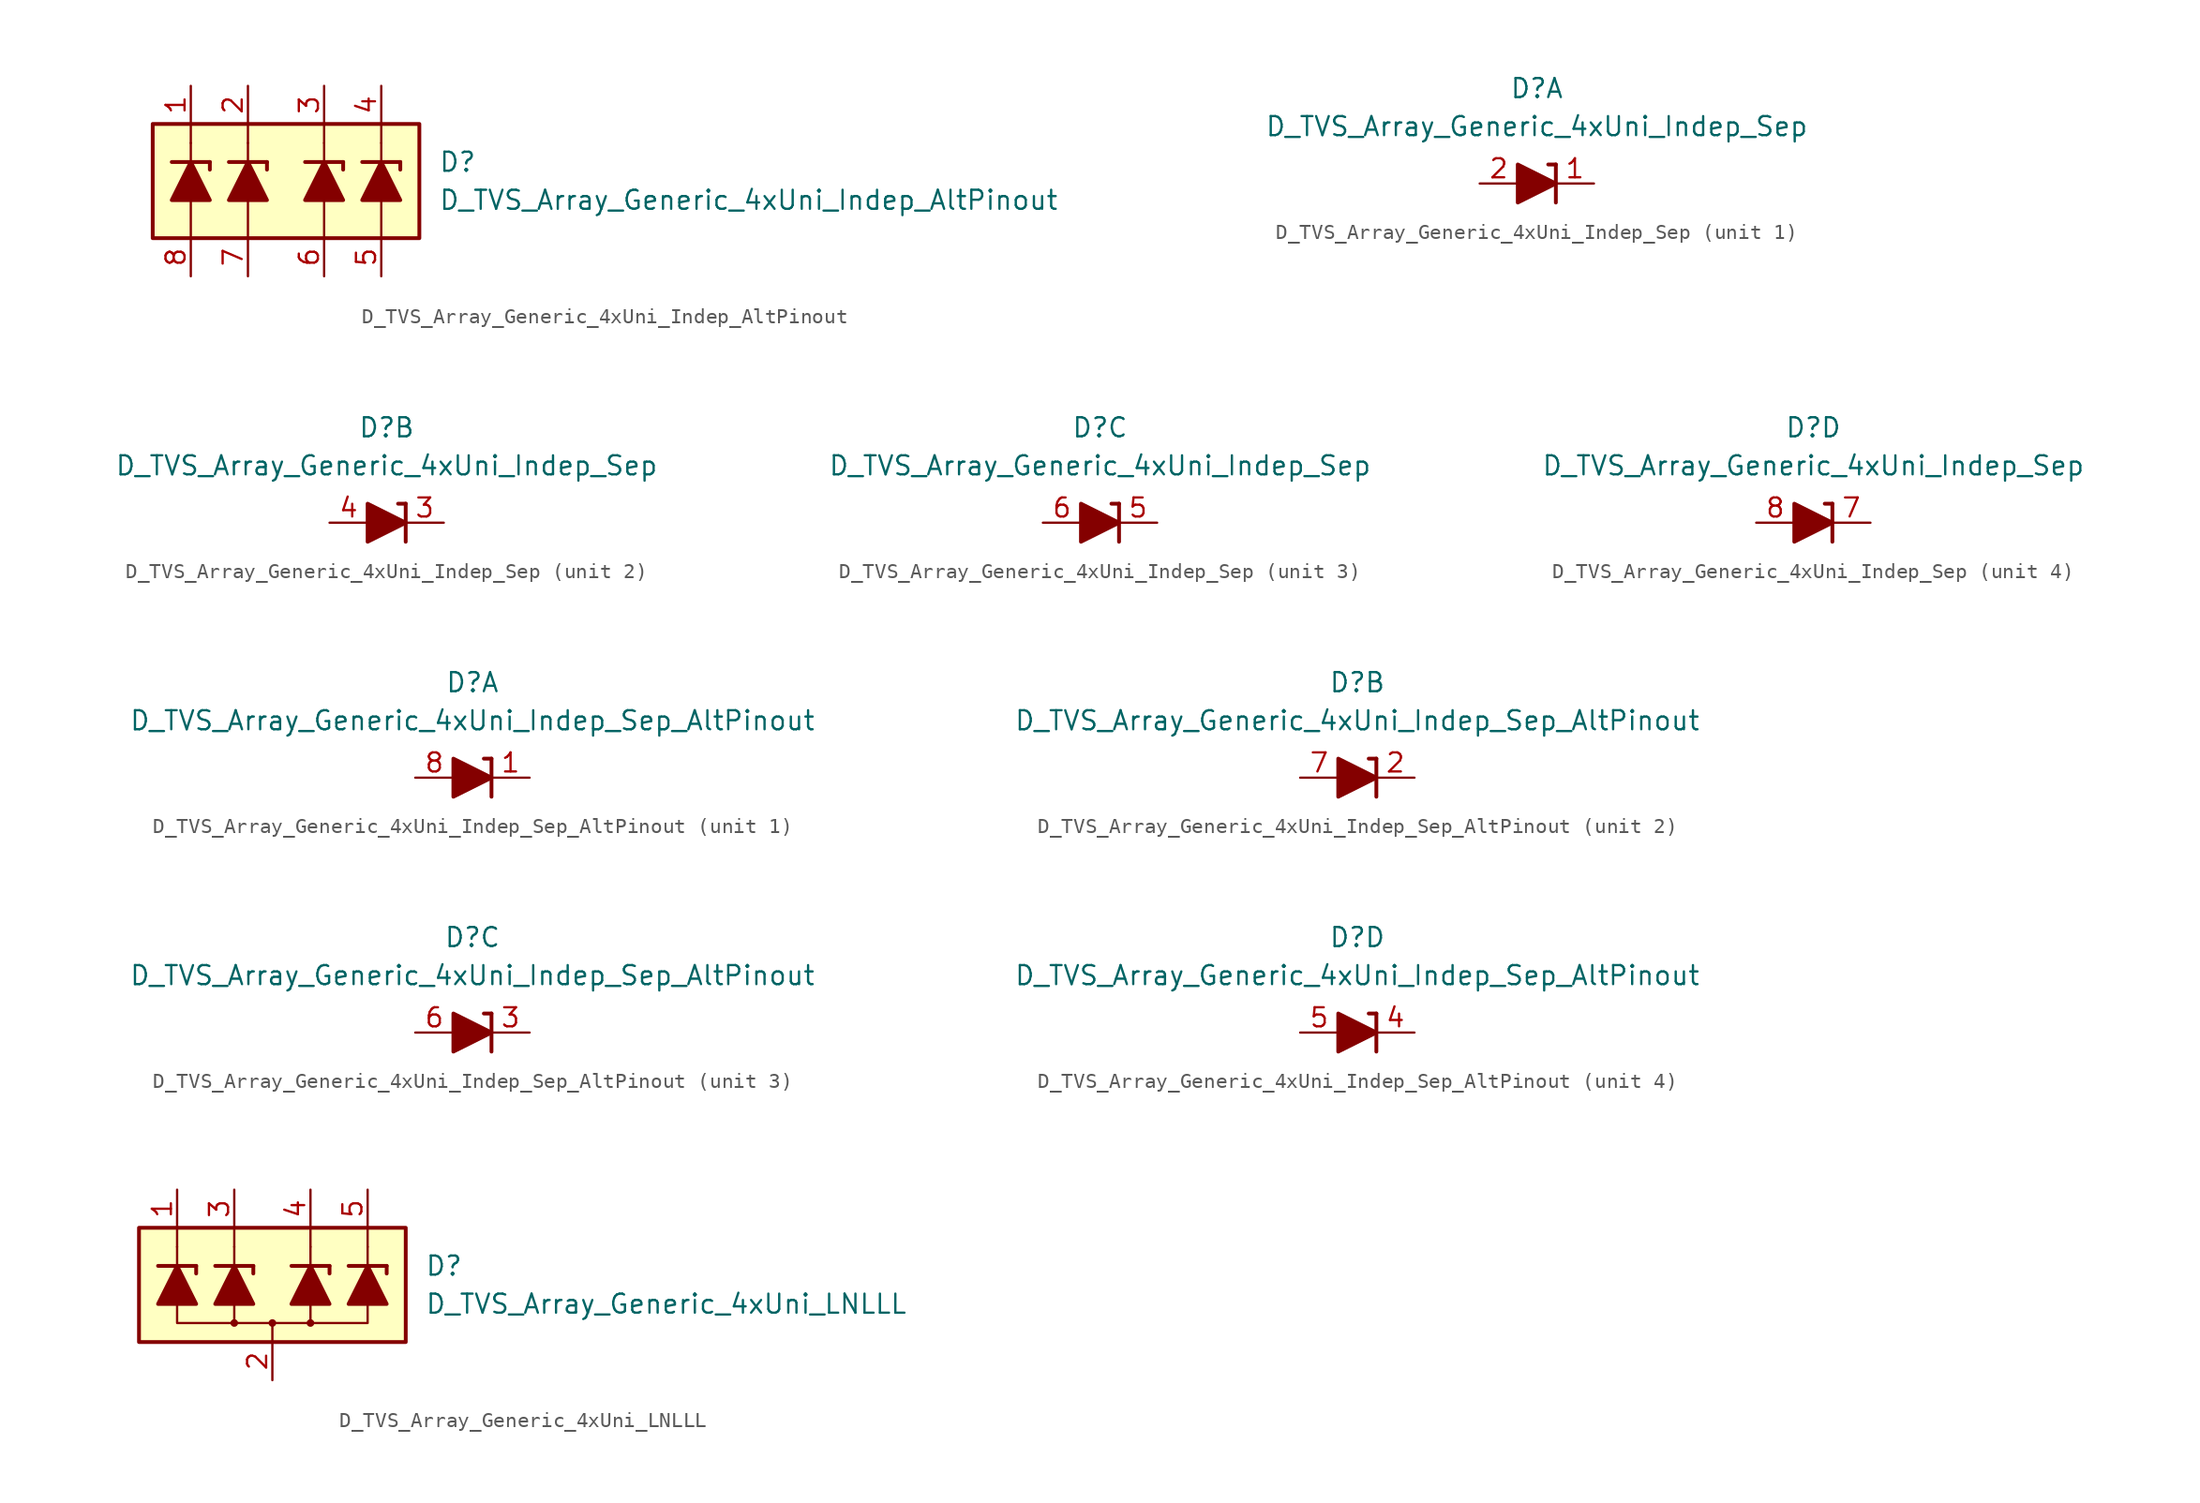
<source format=kicad_sym>
(kicad_symbol_lib
  (version 20211014)
  (generator kicad_symbol_editor)
  (symbol "D_TVS_Array_Generic_4xUni_Indep_AltPinout"
    (pin_names
      (offset 1.016) hide)
    (property "Reference" "D"
      (at 10.16 1.27 0)
      (effects (font (size 1.27 1.27)) (justify left)))
    (property "Value" "D_TVS_Array_Generic_4xUni_Indep_AltPinout"
      (at 10.16 -1.27 0)
      (effects (font (size 1.27 1.27)) (justify left)))
    (symbol "D_TVS_Array_Generic_4xUni_Indep_AltPinout_0_1"
      (polyline (pts (xy -6.35 -3.81) (xy -6.35 -1.27)) (stroke (width 0) (type default) (color 0 0 0 0)) (fill (type none)))
      (polyline (pts (xy -6.35 1.27) (xy -6.35 2.54)) (stroke (width 0) (type default) (color 0 0 0 0)) (fill (type none)))
      (polyline (pts (xy -6.35 2.54) (xy -6.35 3.81)) (stroke (width 0) (type default) (color 0 0 0 0)) (fill (type none)))
      (polyline (pts (xy -2.54 -3.81) (xy -2.54 -1.27)) (stroke (width 0) (type default) (color 0 0 0 0)) (fill (type none)))
      (polyline (pts (xy -2.54 1.27) (xy -2.54 2.54)) (stroke (width 0) (type default) (color 0 0 0 0)) (fill (type none)))
      (polyline (pts (xy -2.54 2.54) (xy -2.54 3.81)) (stroke (width 0) (type default) (color 0 0 0 0)) (fill (type none)))
      (polyline (pts (xy 2.54 -3.81) (xy 2.54 -1.27)) (stroke (width 0) (type default) (color 0 0 0 0)) (fill (type none)))
      (polyline (pts (xy 2.54 1.27) (xy 2.54 2.54)) (stroke (width 0) (type default) (color 0 0 0 0)) (fill (type none)))
      (polyline (pts (xy 2.54 2.54) (xy 2.54 3.81)) (stroke (width 0) (type default) (color 0 0 0 0)) (fill (type none)))
      (polyline (pts (xy 6.35 -3.81) (xy 6.35 -1.27)) (stroke (width 0) (type default) (color 0 0 0 0)) (fill (type none)))
      (polyline (pts (xy 6.35 1.27) (xy 6.35 2.54)) (stroke (width 0) (type default) (color 0 0 0 0)) (fill (type none)))
      (polyline (pts (xy 6.35 2.54) (xy 6.35 3.81)) (stroke (width 0) (type default) (color 0 0 0 0)) (fill (type none)))
      (rectangle (start 8.89 3.81) (end -8.89 -3.81) (stroke (width 0.254) (type default) (color 0 0 0 0)) (fill (type background))))
    (symbol "D_TVS_Array_Generic_4xUni_Indep_AltPinout_1_1"
      (polyline (pts (xy -7.62 1.27) (xy -5.08 1.27)) (stroke (width 0.254) (type default) (color 0 0 0 0)) (fill (type none)))
      (polyline (pts (xy -6.35 -1.27) (xy -6.35 1.27)) (stroke (width 0) (type default) (color 0 0 0 0)) (fill (type none)))
      (polyline (pts (xy -5.08 1.27) (xy -5.08 0.762)) (stroke (width 0.254) (type default) (color 0 0 0 0)) (fill (type none)))
      (polyline (pts (xy -3.81 1.27) (xy -1.27 1.27)) (stroke (width 0.254) (type default) (color 0 0 0 0)) (fill (type none)))
      (polyline (pts (xy -2.54 -1.27) (xy -2.54 1.27)) (stroke (width 0) (type default) (color 0 0 0 0)) (fill (type none)))
      (polyline (pts (xy -1.27 1.27) (xy -1.27 0.762)) (stroke (width 0.254) (type default) (color 0 0 0 0)) (fill (type none)))
      (polyline (pts (xy 1.27 1.27) (xy 3.81 1.27)) (stroke (width 0.254) (type default) (color 0 0 0 0)) (fill (type none)))
      (polyline (pts (xy 2.54 -1.27) (xy 2.54 1.27)) (stroke (width 0) (type default) (color 0 0 0 0)) (fill (type none)))
      (polyline (pts (xy 3.81 1.27) (xy 3.81 0.762)) (stroke (width 0.254) (type default) (color 0 0 0 0)) (fill (type none)))
      (polyline (pts (xy 5.08 1.27) (xy 7.62 1.27)) (stroke (width 0.254) (type default) (color 0 0 0 0)) (fill (type none)))
      (polyline (pts (xy 6.35 -1.27) (xy 6.35 1.27)) (stroke (width 0) (type default) (color 0 0 0 0)) (fill (type none)))
      (polyline (pts (xy 7.62 1.27) (xy 7.62 0.762)) (stroke (width 0.254) (type default) (color 0 0 0 0)) (fill (type none)))
      (polyline (pts (xy -5.08 -1.27) (xy -7.62 -1.27) (xy -6.35 1.27) (xy -5.08 -1.27)) (stroke (width 0.254) (type default) (color 0 0 0 0)) (fill (type outline)))
      (polyline (pts (xy -1.27 -1.27) (xy -3.81 -1.27) (xy -2.54 1.27) (xy -1.27 -1.27)) (stroke (width 0.254) (type default) (color 0 0 0 0)) (fill (type outline)))
      (polyline (pts (xy 3.81 -1.27) (xy 1.27 -1.27) (xy 2.54 1.27) (xy 3.81 -1.27)) (stroke (width 0.254) (type default) (color 0 0 0 0)) (fill (type outline)))
      (polyline (pts (xy 7.62 -1.27) (xy 5.08 -1.27) (xy 6.35 1.27) (xy 7.62 -1.27)) (stroke (width 0.254) (type default) (color 0 0 0 0)) (fill (type outline)))
      (pin passive line (at -6.35 6.35 270) (length 2.54) (name "1K" (effects (font (size 1.27 1.27)))) (number "1" (effects (font (size 1.27 1.27)))))
      (pin passive line (at -2.54 6.35 270) (length 2.54) (name "2K" (effects (font (size 1.27 1.27)))) (number "2" (effects (font (size 1.27 1.27)))))
      (pin passive line (at 2.54 6.35 270) (length 2.54) (name "K3" (effects (font (size 1.27 1.27)))) (number "3" (effects (font (size 1.27 1.27)))))
      (pin passive line (at 6.35 6.35 270) (length 2.54) (name "K4" (effects (font (size 1.27 1.27)))) (number "4" (effects (font (size 1.27 1.27)))))
      (pin passive line (at 6.35 -6.35 90) (length 2.54) (name "A4" (effects (font (size 1.27 1.27)))) (number "5" (effects (font (size 1.27 1.27)))))
      (pin passive line (at 2.54 -6.35 90) (length 2.54) (name "A3" (effects (font (size 1.27 1.27)))) (number "6" (effects (font (size 1.27 1.27)))))
      (pin passive line (at -2.54 -6.35 90) (length 2.54) (name "2A" (effects (font (size 1.27 1.27)))) (number "7" (effects (font (size 1.27 1.27)))))
      (pin passive line (at -6.35 -6.35 90) (length 2.54) (name "1A" (effects (font (size 1.27 1.27)))) (number "8" (effects (font (size 1.27 1.27)))))))
  (symbol "D_TVS_Array_Generic_4xUni_Indep_Sep"
    (pin_names
      (offset 1.016) hide)
    (property "Reference" "D"
      (at 0 6.35 0)
      (effects (font (size 1.27 1.27))))
    (property "Value" "D_TVS_Array_Generic_4xUni_Indep_Sep"
      (at 0 3.81 0)
      (effects (font (size 1.27 1.27))))
    (property "ki_locked" ""
      (at 0 0 0)
      (effects (font (size 1.27 1.27))))
    (symbol "D_TVS_Array_Generic_4xUni_Indep_Sep_0_1"
      (polyline (pts (xy -1.27 0) (xy 1.27 0)) (stroke (width 0) (type default) (color 0 0 0 0)) (fill (type none)))
      (polyline (pts (xy 1.27 -1.27) (xy 1.27 1.27)) (stroke (width 0.254) (type default) (color 0 0 0 0)) (fill (type none)))
      (polyline (pts (xy 1.27 1.27) (xy 0.762 1.27)) (stroke (width 0.254) (type default) (color 0 0 0 0)) (fill (type none)))
      (polyline (pts (xy -1.27 1.27) (xy -1.27 -1.27) (xy 1.27 0) (xy -1.27 1.27)) (stroke (width 0.254) (type default) (color 0 0 0 0)) (fill (type outline))))
    (symbol "D_TVS_Array_Generic_4xUni_Indep_Sep_1_1"
      (pin passive line (at 3.81 0 180) (length 2.54) (name "K1" (effects (font (size 1.27 1.27)))) (number "1" (effects (font (size 1.27 1.27)))))
      (pin passive line (at -3.81 0 0) (length 2.54) (name "A1" (effects (font (size 1.27 1.27)))) (number "2" (effects (font (size 1.27 1.27))))))
    (symbol "D_TVS_Array_Generic_4xUni_Indep_Sep_2_1"
      (pin passive line (at 3.81 0 180) (length 2.54) (name "K2" (effects (font (size 1.27 1.27)))) (number "3" (effects (font (size 1.27 1.27)))))
      (pin passive line (at -3.81 0 0) (length 2.54) (name "A2" (effects (font (size 1.27 1.27)))) (number "4" (effects (font (size 1.27 1.27))))))
    (symbol "D_TVS_Array_Generic_4xUni_Indep_Sep_3_1"
      (pin passive line (at 3.81 0 180) (length 2.54) (name "K3" (effects (font (size 1.27 1.27)))) (number "5" (effects (font (size 1.27 1.27)))))
      (pin passive line (at -3.81 0 0) (length 2.54) (name "A3" (effects (font (size 1.27 1.27)))) (number "6" (effects (font (size 1.27 1.27))))))
    (symbol "D_TVS_Array_Generic_4xUni_Indep_Sep_4_1"
      (pin passive line (at 3.81 0 180) (length 2.54) (name "K4" (effects (font (size 1.27 1.27)))) (number "7" (effects (font (size 1.27 1.27)))))
      (pin passive line (at -3.81 0 0) (length 2.54) (name "A4" (effects (font (size 1.27 1.27)))) (number "8" (effects (font (size 1.27 1.27)))))))
  (symbol "D_TVS_Array_Generic_4xUni_Indep_Sep_AltPinout"
    (pin_names
      (offset 1.016) hide)
    (property "Reference" "D"
      (at 0 6.35 0)
      (effects (font (size 1.27 1.27))))
    (property "Value" "D_TVS_Array_Generic_4xUni_Indep_Sep_AltPinout"
      (at 0 3.81 0)
      (effects (font (size 1.27 1.27))))
    (property "ki_locked" ""
      (at 0 0 0)
      (effects (font (size 1.27 1.27))))
    (symbol "D_TVS_Array_Generic_4xUni_Indep_Sep_AltPinout_0_1"
      (polyline (pts (xy -1.27 0) (xy 1.27 0)) (stroke (width 0) (type default) (color 0 0 0 0)) (fill (type none)))
      (polyline (pts (xy 1.27 -1.27) (xy 1.27 1.27)) (stroke (width 0.254) (type default) (color 0 0 0 0)) (fill (type none)))
      (polyline (pts (xy 1.27 1.27) (xy 0.762 1.27)) (stroke (width 0.254) (type default) (color 0 0 0 0)) (fill (type none)))
      (polyline (pts (xy -1.27 1.27) (xy -1.27 -1.27) (xy 1.27 0) (xy -1.27 1.27)) (stroke (width 0.254) (type default) (color 0 0 0 0)) (fill (type outline))))
    (symbol "D_TVS_Array_Generic_4xUni_Indep_Sep_AltPinout_1_1"
      (pin passive line (at 3.81 0 180) (length 2.54) (name "K1" (effects (font (size 1.27 1.27)))) (number "1" (effects (font (size 1.27 1.27)))))
      (pin passive line (at -3.81 0 0) (length 2.54) (name "A1" (effects (font (size 1.27 1.27)))) (number "8" (effects (font (size 1.27 1.27))))))
    (symbol "D_TVS_Array_Generic_4xUni_Indep_Sep_AltPinout_2_1"
      (pin passive line (at 3.81 0 180) (length 2.54) (name "K2" (effects (font (size 1.27 1.27)))) (number "2" (effects (font (size 1.27 1.27)))))
      (pin passive line (at -3.81 0 0) (length 2.54) (name "A2" (effects (font (size 1.27 1.27)))) (number "7" (effects (font (size 1.27 1.27))))))
    (symbol "D_TVS_Array_Generic_4xUni_Indep_Sep_AltPinout_3_1"
      (pin passive line (at 3.81 0 180) (length 2.54) (name "K3" (effects (font (size 1.27 1.27)))) (number "3" (effects (font (size 1.27 1.27)))))
      (pin passive line (at -3.81 0 0) (length 2.54) (name "A3" (effects (font (size 1.27 1.27)))) (number "6" (effects (font (size 1.27 1.27))))))
    (symbol "D_TVS_Array_Generic_4xUni_Indep_Sep_AltPinout_4_1"
      (pin passive line (at 3.81 0 180) (length 2.54) (name "K4" (effects (font (size 1.27 1.27)))) (number "4" (effects (font (size 1.27 1.27)))))
      (pin passive line (at -3.81 0 0) (length 2.54) (name "A4" (effects (font (size 1.27 1.27)))) (number "5" (effects (font (size 1.27 1.27)))))))
  (symbol "D_TVS_Array_Generic_4xUni_LNLLL"
    (pin_names
      (offset 1.016) hide)
    (property "Reference" "D"
      (at 10.16 1.27 0)
      (effects (font (size 1.27 1.27)) (justify left)))
    (property "Value" "D_TVS_Array_Generic_4xUni_LNLLL"
      (at 10.16 -1.27 0)
      (effects (font (size 1.27 1.27)) (justify left)))
    (symbol "D_TVS_Array_Generic_4xUni_LNLLL_0_1"
      (circle (center -2.54 -2.54) (radius 0.178) (stroke (width 0) (type default) (color 0 0 0 0)) (fill (type outline)))
      (circle (center 0 -2.54) (radius 0.178) (stroke (width 0) (type default) (color 0 0 0 0)) (fill (type outline)))
      (polyline (pts (xy -6.35 1.27) (xy -6.35 2.54)) (stroke (width 0) (type default) (color 0 0 0 0)) (fill (type none)))
      (polyline (pts (xy -6.35 2.54) (xy -6.35 3.81)) (stroke (width 0) (type default) (color 0 0 0 0)) (fill (type none)))
      (polyline (pts (xy -2.54 -2.54) (xy -2.54 -1.27)) (stroke (width 0) (type default) (color 0 0 0 0)) (fill (type none)))
      (polyline (pts (xy -2.54 1.27) (xy -2.54 2.54)) (stroke (width 0) (type default) (color 0 0 0 0)) (fill (type none)))
      (polyline (pts (xy -2.54 2.54) (xy -2.54 3.81)) (stroke (width 0) (type default) (color 0 0 0 0)) (fill (type none)))
      (polyline (pts (xy 0 -3.81) (xy 0 -2.54)) (stroke (width 0) (type default) (color 0 0 0 0)) (fill (type none)))
      (polyline (pts (xy 2.54 -2.54) (xy 2.54 -1.27)) (stroke (width 0) (type default) (color 0 0 0 0)) (fill (type none)))
      (polyline (pts (xy 2.54 1.27) (xy 2.54 2.54)) (stroke (width 0) (type default) (color 0 0 0 0)) (fill (type none)))
      (polyline (pts (xy 2.54 2.54) (xy 2.54 3.81)) (stroke (width 0) (type default) (color 0 0 0 0)) (fill (type none)))
      (polyline (pts (xy 6.35 1.27) (xy 6.35 2.54)) (stroke (width 0) (type default) (color 0 0 0 0)) (fill (type none)))
      (polyline (pts (xy 6.35 2.54) (xy 6.35 3.81)) (stroke (width 0) (type default) (color 0 0 0 0)) (fill (type none)))
      (polyline (pts (xy 6.35 -1.27) (xy 6.35 -2.54) (xy -6.35 -2.54) (xy -6.35 -1.27)) (stroke (width 0) (type default) (color 0 0 0 0)) (fill (type none)))
      (circle (center 2.54 -2.54) (radius 0.178) (stroke (width 0) (type default) (color 0 0 0 0)) (fill (type outline)))
      (rectangle (start 8.89 3.81) (end -8.89 -3.81) (stroke (width 0.254) (type default) (color 0 0 0 0)) (fill (type background))))
    (symbol "D_TVS_Array_Generic_4xUni_LNLLL_1_1"
      (polyline (pts (xy -7.62 1.27) (xy -5.08 1.27)) (stroke (width 0.254) (type default) (color 0 0 0 0)) (fill (type none)))
      (polyline (pts (xy -6.35 -1.27) (xy -6.35 1.27)) (stroke (width 0) (type default) (color 0 0 0 0)) (fill (type none)))
      (polyline (pts (xy -5.08 1.27) (xy -5.08 0.762)) (stroke (width 0.254) (type default) (color 0 0 0 0)) (fill (type none)))
      (polyline (pts (xy -3.81 1.27) (xy -1.27 1.27)) (stroke (width 0.254) (type default) (color 0 0 0 0)) (fill (type none)))
      (polyline (pts (xy -2.54 -1.27) (xy -2.54 1.27)) (stroke (width 0) (type default) (color 0 0 0 0)) (fill (type none)))
      (polyline (pts (xy -1.27 1.27) (xy -1.27 0.762)) (stroke (width 0.254) (type default) (color 0 0 0 0)) (fill (type none)))
      (polyline (pts (xy 1.27 1.27) (xy 3.81 1.27)) (stroke (width 0.254) (type default) (color 0 0 0 0)) (fill (type none)))
      (polyline (pts (xy 2.54 -1.27) (xy 2.54 1.27)) (stroke (width 0) (type default) (color 0 0 0 0)) (fill (type none)))
      (polyline (pts (xy 3.81 1.27) (xy 3.81 0.762)) (stroke (width 0.254) (type default) (color 0 0 0 0)) (fill (type none)))
      (polyline (pts (xy 5.08 1.27) (xy 7.62 1.27)) (stroke (width 0.254) (type default) (color 0 0 0 0)) (fill (type none)))
      (polyline (pts (xy 6.35 -1.27) (xy 6.35 1.27)) (stroke (width 0) (type default) (color 0 0 0 0)) (fill (type none)))
      (polyline (pts (xy 7.62 1.27) (xy 7.62 0.762)) (stroke (width 0.254) (type default) (color 0 0 0 0)) (fill (type none)))
      (polyline (pts (xy -5.08 -1.27) (xy -7.62 -1.27) (xy -6.35 1.27) (xy -5.08 -1.27)) (stroke (width 0.254) (type default) (color 0 0 0 0)) (fill (type outline)))
      (polyline (pts (xy -1.27 -1.27) (xy -3.81 -1.27) (xy -2.54 1.27) (xy -1.27 -1.27)) (stroke (width 0.254) (type default) (color 0 0 0 0)) (fill (type outline)))
      (polyline (pts (xy 3.81 -1.27) (xy 1.27 -1.27) (xy 2.54 1.27) (xy 3.81 -1.27)) (stroke (width 0.254) (type default) (color 0 0 0 0)) (fill (type outline)))
      (polyline (pts (xy 7.62 -1.27) (xy 5.08 -1.27) (xy 6.35 1.27) (xy 7.62 -1.27)) (stroke (width 0.254) (type default) (color 0 0 0 0)) (fill (type outline)))
      (pin passive line (at -6.35 6.35 270) (length 2.54) (name "L1" (effects (font (size 1.27 1.27)))) (number "1" (effects (font (size 1.27 1.27)))))
      (pin passive line (at 0 -6.35 90) (length 2.54) (name "VN" (effects (font (size 1.27 1.27)))) (number "2" (effects (font (size 1.27 1.27)))))
      (pin passive line (at -2.54 6.35 270) (length 2.54) (name "L2" (effects (font (size 1.27 1.27)))) (number "3" (effects (font (size 1.27 1.27)))))
      (pin passive line (at 2.54 6.35 270) (length 2.54) (name "L3" (effects (font (size 1.27 1.27)))) (number "4" (effects (font (size 1.27 1.27)))))
      (pin passive line (at 6.35 6.35 270) (length 2.54) (name "L4" (effects (font (size 1.27 1.27)))) (number "5" (effects (font (size 1.27 1.27))))))))
</source>
